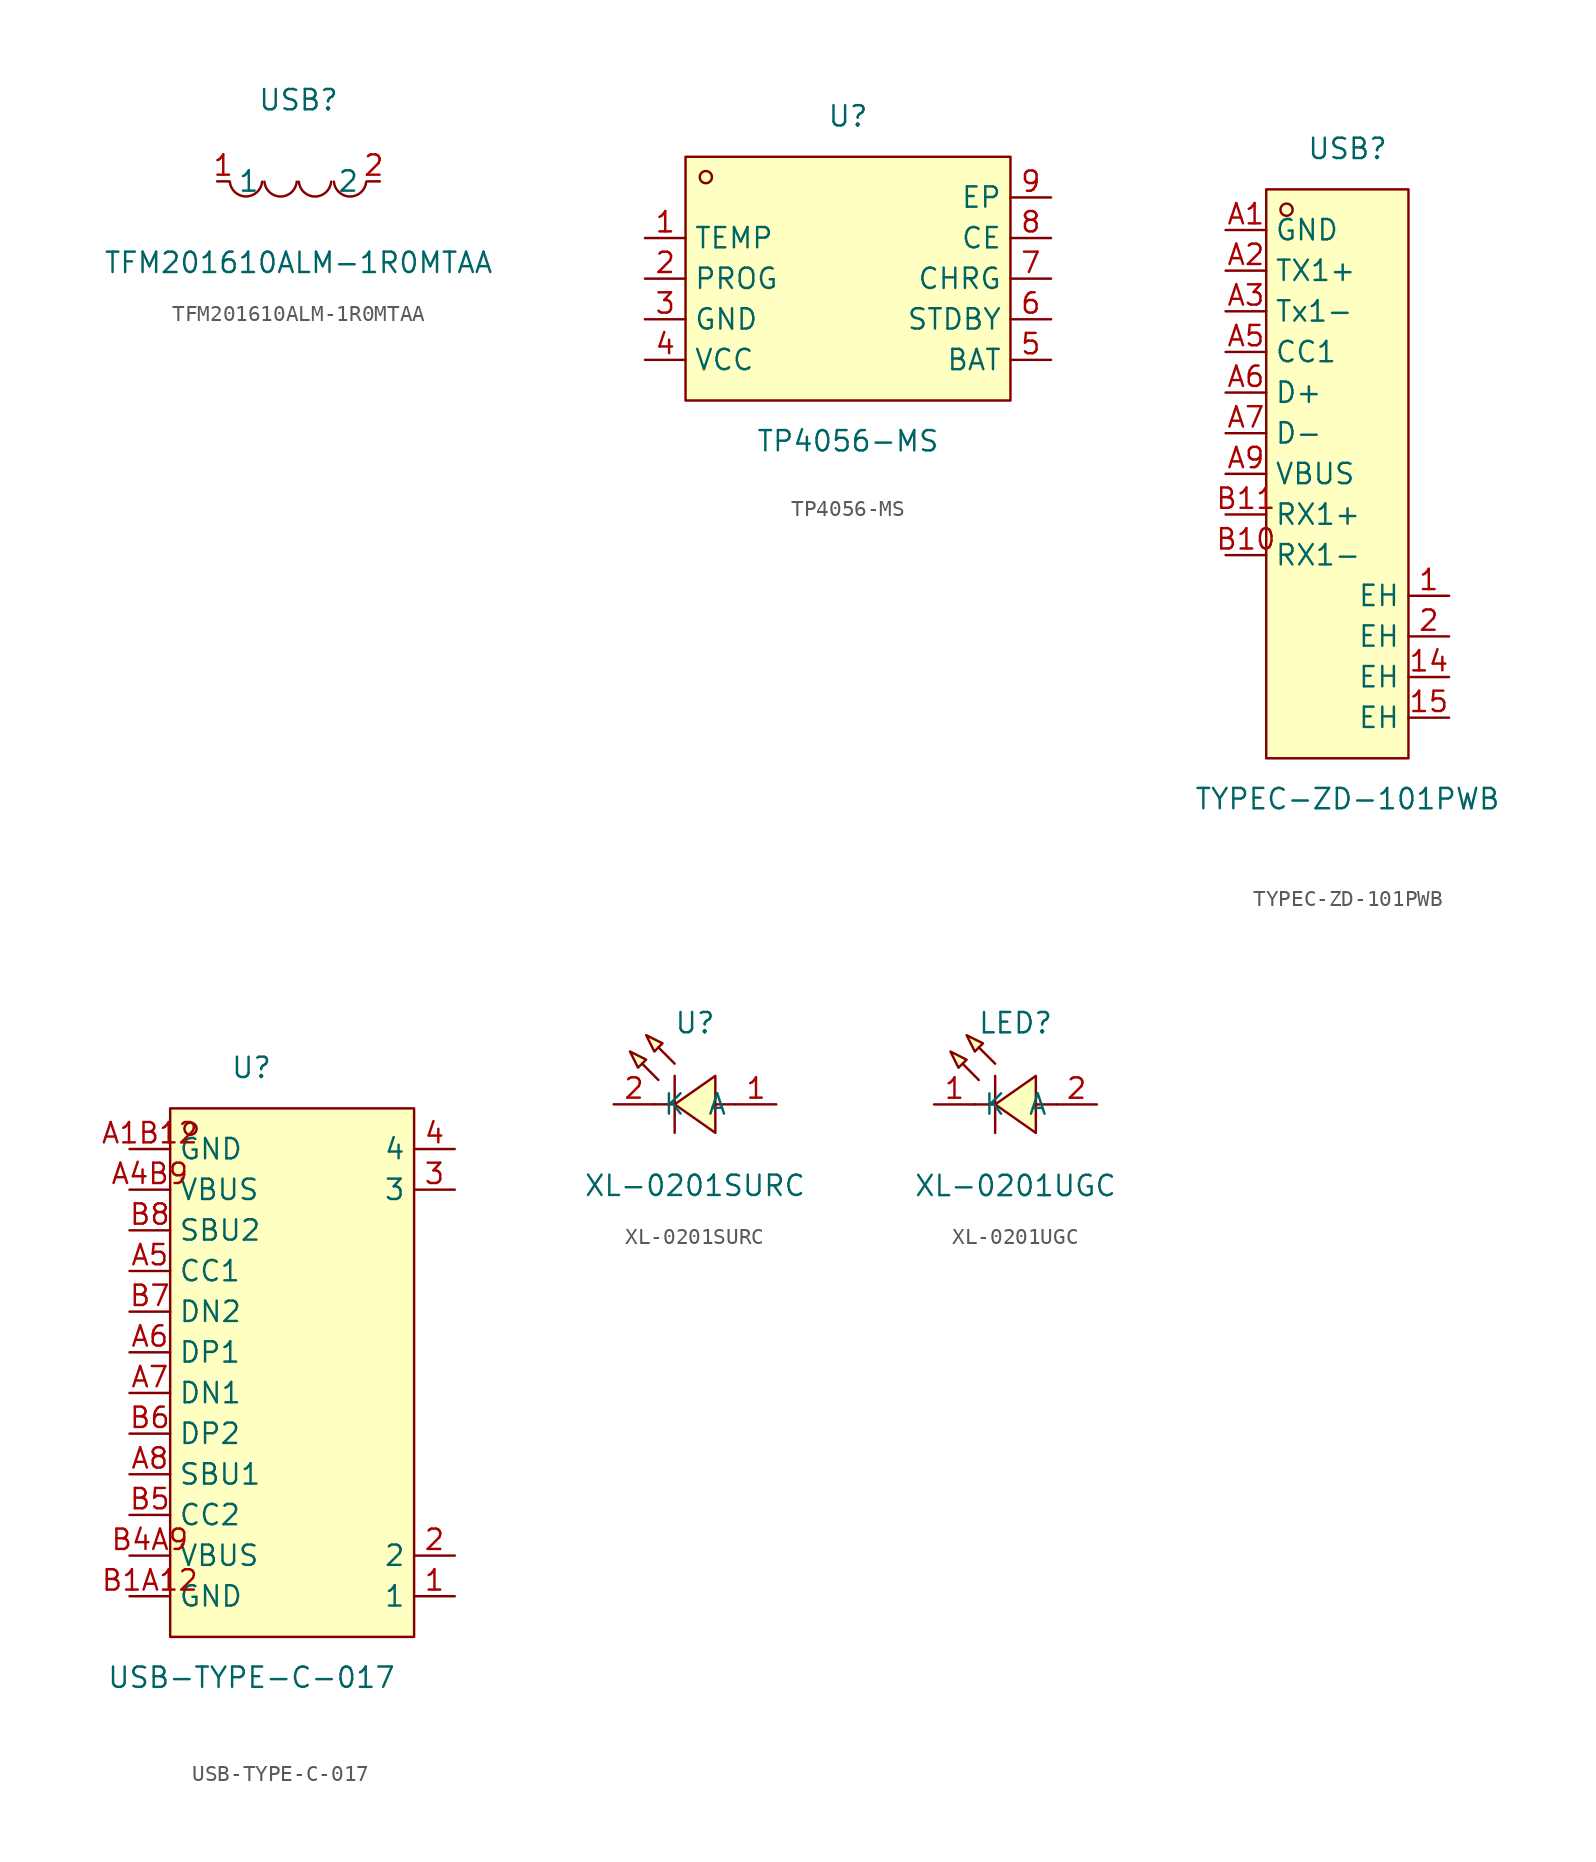
<source format=kicad_sym>
(kicad_symbol_lib
  (version 20241209)
  (generator "kicad_symbol_editor")
  (generator_version "9.0")
  (symbol "TFM201610ALM-1R0MTAA"
    (property "Reference" "USB"
      (at 0 5.08 0)
      (effects (font (size 1.27 1.27))))
    (property "Value" "TFM201610ALM-1R0MTAA"
      (at 0 -5.08 0)
      (effects (font (size 1.27 1.27))))
    (symbol "TFM201610ALM-1R0MTAA_0_1"
      (arc (start -2.27 -0.02) (mid -3.28 -0.9427) (end -4.29 -0.02) (stroke (width 0) (type default)) (fill (type none)))
      (arc (start -0.11 -0.02) (mid -1.12 -0.9471) (end -2.13 -0.02) (stroke (width 0) (type default)) (fill (type none)))
      (arc (start 2.04 -0.02) (mid 1.03 -0.9471) (end 0.02 -0.02) (stroke (width 0) (type default)) (fill (type none)))
      (arc (start 4.23 -0.02) (mid 3.22 -0.9471) (end 2.21 -0.02) (stroke (width 0) (type default)) (fill (type none)))
      (pin unspecified line (at -5.08 0 0) (length 0.762) (name "1" (effects (font (size 1.27 1.27)))) (number "1" (effects (font (size 1.27 1.27)))))
      (pin unspecified line (at 5.08 0 180) (length 0.762) (name "2" (effects (font (size 1.27 1.27)))) (number "2" (effects (font (size 1.27 1.27)))))))
  (symbol "TP4056-MS"
    (property "Reference" "U"
      (at 0 10.16 0)
      (effects (font (size 1.27 1.27))))
    (property "Value" "TP4056-MS"
      (at 0 -10.16 0)
      (effects (font (size 1.27 1.27))))
    (symbol "TP4056-MS_0_1"
      (rectangle (start -10.16 7.62) (end 10.16 -7.62) (stroke (width 0) (type default)) (fill (type background)))
      (circle (center -8.89 6.35) (radius 0.38) (stroke (width 0) (type default)) (fill (type none)))
      (pin unspecified line (at -12.7 2.54 0) (length 2.54) (name "TEMP" (effects (font (size 1.27 1.27)))) (number "1" (effects (font (size 1.27 1.27)))))
      (pin unspecified line (at -12.7 0 0) (length 2.54) (name "PROG" (effects (font (size 1.27 1.27)))) (number "2" (effects (font (size 1.27 1.27)))))
      (pin unspecified line (at -12.7 -2.54 0) (length 2.54) (name "GND" (effects (font (size 1.27 1.27)))) (number "3" (effects (font (size 1.27 1.27)))))
      (pin unspecified line (at -12.7 -5.08 0) (length 2.54) (name "VCC" (effects (font (size 1.27 1.27)))) (number "4" (effects (font (size 1.27 1.27)))))
      (pin unspecified line (at 12.7 5.08 180) (length 2.54) (name "EP" (effects (font (size 1.27 1.27)))) (number "9" (effects (font (size 1.27 1.27)))))
      (pin unspecified line (at 12.7 2.54 180) (length 2.54) (name "CE" (effects (font (size 1.27 1.27)))) (number "8" (effects (font (size 1.27 1.27)))))
      (pin unspecified line (at 12.7 0 180) (length 2.54) (name "CHRG" (effects (font (size 1.27 1.27)))) (number "7" (effects (font (size 1.27 1.27)))))
      (pin unspecified line (at 12.7 -2.54 180) (length 2.54) (name "STDBY" (effects (font (size 1.27 1.27)))) (number "6" (effects (font (size 1.27 1.27)))))
      (pin unspecified line (at 12.7 -5.08 180) (length 2.54) (name "BAT" (effects (font (size 1.27 1.27)))) (number "5" (effects (font (size 1.27 1.27)))))))
  (symbol "TYPEC-ZD-101PWB"
    (property "Reference" "USB"
      (at 0 20.32 0)
      (effects (font (size 1.27 1.27))))
    (property "Value" "TYPEC-ZD-101PWB"
      (at 0 -20.32 0)
      (effects (font (size 1.27 1.27))))
    (symbol "TYPEC-ZD-101PWB_0_1"
      (rectangle (start -5.08 17.78) (end 3.81 -17.78) (stroke (width 0) (type default)) (fill (type background)))
      (circle (center -3.81 16.51) (radius 0.38) (stroke (width 0) (type default)) (fill (type none)))
      (pin unspecified line (at -7.62 15.24 0) (length 2.54) (name "GND" (effects (font (size 1.27 1.27)))) (number "A1" (effects (font (size 1.27 1.27)))))
      (pin unspecified line (at -7.62 12.7 0) (length 2.54) (name "TX1+" (effects (font (size 1.27 1.27)))) (number "A2" (effects (font (size 1.27 1.27)))))
      (pin unspecified line (at -7.62 10.16 0) (length 2.54) (name "Tx1-" (effects (font (size 1.27 1.27)))) (number "A3" (effects (font (size 1.27 1.27)))))
      (pin unspecified line (at -7.62 7.62 0) (length 2.54) (name "CC1" (effects (font (size 1.27 1.27)))) (number "A5" (effects (font (size 1.27 1.27)))))
      (pin unspecified line (at -7.62 5.08 0) (length 2.54) (name "D+" (effects (font (size 1.27 1.27)))) (number "A6" (effects (font (size 1.27 1.27)))))
      (pin unspecified line (at -7.62 2.54 0) (length 2.54) (name "D-" (effects (font (size 1.27 1.27)))) (number "A7" (effects (font (size 1.27 1.27)))))
      (pin unspecified line (at -7.62 0 0) (length 2.54) (name "VBUS" (effects (font (size 1.27 1.27)))) (number "A9" (effects (font (size 1.27 1.27)))))
      (pin unspecified line (at -7.62 -2.54 0) (length 2.54) (name "RX1+" (effects (font (size 1.27 1.27)))) (number "B11" (effects (font (size 1.27 1.27)))))
      (pin unspecified line (at -7.62 -5.08 0) (length 2.54) (name "RX1-" (effects (font (size 1.27 1.27)))) (number "B10" (effects (font (size 1.27 1.27)))))
      (pin unspecified line (at 6.35 -7.62 180) (length 2.54) (name "EH" (effects (font (size 1.27 1.27)))) (number "1" (effects (font (size 1.27 1.27)))))
      (pin unspecified line (at 6.35 -10.16 180) (length 2.54) (name "EH" (effects (font (size 1.27 1.27)))) (number "2" (effects (font (size 1.27 1.27)))))
      (pin unspecified line (at 6.35 -12.7 180) (length 2.54) (name "EH" (effects (font (size 1.27 1.27)))) (number "14" (effects (font (size 1.27 1.27)))))
      (pin unspecified line (at 6.35 -15.24 180) (length 2.54) (name "EH" (effects (font (size 1.27 1.27)))) (number "15" (effects (font (size 1.27 1.27)))))))
  (symbol "USB-TYPE-C-017"
    (property "Reference" "U"
      (at 0 17.78 0)
      (effects (font (size 1.27 1.27))))
    (property "Value" "USB-TYPE-C-017"
      (at 0 -20.32 0)
      (effects (font (size 1.27 1.27))))
    (symbol "USB-TYPE-C-017_0_1"
      (rectangle (start -5.08 15.24) (end 10.16 -17.78) (stroke (width 0) (type default)) (fill (type background)))
      (circle (center -3.81 13.97) (radius 0.38) (stroke (width 0) (type default)) (fill (type none)))
      (pin unspecified line (at -7.62 12.7 0) (length 2.54) (name "GND" (effects (font (size 1.27 1.27)))) (number "A1B12" (effects (font (size 1.27 1.27)))))
      (pin unspecified line (at -7.62 10.16 0) (length 2.54) (name "VBUS" (effects (font (size 1.27 1.27)))) (number "A4B9" (effects (font (size 1.27 1.27)))))
      (pin unspecified line (at -7.62 7.62 0) (length 2.54) (name "SBU2" (effects (font (size 1.27 1.27)))) (number "B8" (effects (font (size 1.27 1.27)))))
      (pin unspecified line (at -7.62 5.08 0) (length 2.54) (name "CC1" (effects (font (size 1.27 1.27)))) (number "A5" (effects (font (size 1.27 1.27)))))
      (pin unspecified line (at -7.62 2.54 0) (length 2.54) (name "DN2" (effects (font (size 1.27 1.27)))) (number "B7" (effects (font (size 1.27 1.27)))))
      (pin unspecified line (at -7.62 0 0) (length 2.54) (name "DP1" (effects (font (size 1.27 1.27)))) (number "A6" (effects (font (size 1.27 1.27)))))
      (pin unspecified line (at -7.62 -2.54 0) (length 2.54) (name "DN1" (effects (font (size 1.27 1.27)))) (number "A7" (effects (font (size 1.27 1.27)))))
      (pin unspecified line (at -7.62 -5.08 0) (length 2.54) (name "DP2" (effects (font (size 1.27 1.27)))) (number "B6" (effects (font (size 1.27 1.27)))))
      (pin unspecified line (at -7.62 -7.62 0) (length 2.54) (name "SBU1" (effects (font (size 1.27 1.27)))) (number "A8" (effects (font (size 1.27 1.27)))))
      (pin unspecified line (at -7.62 -10.16 0) (length 2.54) (name "CC2" (effects (font (size 1.27 1.27)))) (number "B5" (effects (font (size 1.27 1.27)))))
      (pin unspecified line (at -7.62 -12.7 0) (length 2.54) (name "VBUS" (effects (font (size 1.27 1.27)))) (number "B4A9" (effects (font (size 1.27 1.27)))))
      (pin unspecified line (at -7.62 -15.24 0) (length 2.54) (name "GND" (effects (font (size 1.27 1.27)))) (number "B1A12" (effects (font (size 1.27 1.27)))))
      (pin unspecified line (at 12.7 12.7 180) (length 2.54) (name "4" (effects (font (size 1.27 1.27)))) (number "4" (effects (font (size 1.27 1.27)))))
      (pin unspecified line (at 12.7 10.16 180) (length 2.54) (name "3" (effects (font (size 1.27 1.27)))) (number "3" (effects (font (size 1.27 1.27)))))
      (pin unspecified line (at 12.7 -12.7 180) (length 2.54) (name "2" (effects (font (size 1.27 1.27)))) (number "2" (effects (font (size 1.27 1.27)))))
      (pin unspecified line (at 12.7 -15.24 180) (length 2.54) (name "1" (effects (font (size 1.27 1.27)))) (number "1" (effects (font (size 1.27 1.27)))))))
  (symbol "XL-0201SURC"
    (property "Reference" "U"
      (at 0 5.08 0)
      (effects (font (size 1.27 1.27))))
    (property "Value" "XL-0201SURC"
      (at 0 -5.08 0)
      (effects (font (size 1.27 1.27))))
    (symbol "XL-0201SURC_0_1"
      (polyline (pts (xy -4.06 3.3) (xy -3.05 2.79) (xy -3.56 2.29) (xy -4.06 3.3)) (stroke (width 0) (type default)) (fill (type background)))
      (polyline (pts (xy -3.05 4.32) (xy -2.03 3.81) (xy -2.54 3.3) (xy -3.05 4.32)) (stroke (width 0) (type default)) (fill (type background)))
      (polyline (pts (xy -2.29 1.52) (xy -3.3 2.54) (xy -2.29 1.52)) (stroke (width 0) (type default)) (fill (type background)))
      (polyline (pts (xy -1.27 2.54) (xy -2.29 3.56) (xy -1.27 2.54)) (stroke (width 0) (type default)) (fill (type background)))
      (polyline (pts (xy -1.27 1.78) (xy -1.27 -1.78)) (stroke (width 0) (type default)) (fill (type none)))
      (polyline (pts (xy -1.27 0) (xy -2.54 0)) (stroke (width 0) (type default)) (fill (type none)))
      (polyline (pts (xy 1.27 1.78) (xy -1.27 0) (xy 1.27 -1.78) (xy 1.27 1.78)) (stroke (width 0) (type default)) (fill (type background)))
      (polyline (pts (xy 2.54 0) (xy 1.27 0)) (stroke (width 0) (type default)) (fill (type none)))
      (pin unspecified line (at -5.08 0 0) (length 2.54) (name "K" (effects (font (size 1.27 1.27)))) (number "2" (effects (font (size 1.27 1.27)))))
      (pin unspecified line (at 5.08 0 180) (length 2.54) (name "A" (effects (font (size 1.27 1.27)))) (number "1" (effects (font (size 1.27 1.27)))))))
  (symbol "XL-0201UGC"
    (property "Reference" "LED"
      (at 0 5.08 0)
      (effects (font (size 1.27 1.27))))
    (property "Value" "XL-0201UGC"
      (at 0 -5.08 0)
      (effects (font (size 1.27 1.27))))
    (symbol "XL-0201UGC_0_1"
      (polyline (pts (xy -4.06 3.3) (xy -3.05 2.79) (xy -3.56 2.29) (xy -4.06 3.3)) (stroke (width 0) (type default)) (fill (type background)))
      (polyline (pts (xy -3.05 4.32) (xy -2.03 3.81) (xy -2.54 3.3) (xy -3.05 4.32)) (stroke (width 0) (type default)) (fill (type background)))
      (polyline (pts (xy -2.29 1.52) (xy -3.3 2.54) (xy -2.29 1.52)) (stroke (width 0) (type default)) (fill (type background)))
      (polyline (pts (xy -1.27 2.54) (xy -2.29 3.56) (xy -1.27 2.54)) (stroke (width 0) (type default)) (fill (type background)))
      (polyline (pts (xy -1.27 1.78) (xy -1.27 -1.78)) (stroke (width 0) (type default)) (fill (type none)))
      (polyline (pts (xy -1.27 0) (xy -2.54 0)) (stroke (width 0) (type default)) (fill (type none)))
      (polyline (pts (xy 1.27 1.78) (xy -1.27 0) (xy 1.27 -1.78) (xy 1.27 1.78)) (stroke (width 0) (type default)) (fill (type background)))
      (polyline (pts (xy 2.54 0) (xy 1.27 0)) (stroke (width 0) (type default)) (fill (type none)))
      (pin unspecified line (at -5.08 0 0) (length 2.54) (name "K" (effects (font (size 1.27 1.27)))) (number "1" (effects (font (size 1.27 1.27)))))
      (pin unspecified line (at 5.08 0 180) (length 2.54) (name "A" (effects (font (size 1.27 1.27)))) (number "2" (effects (font (size 1.27 1.27))))))))
</source>
